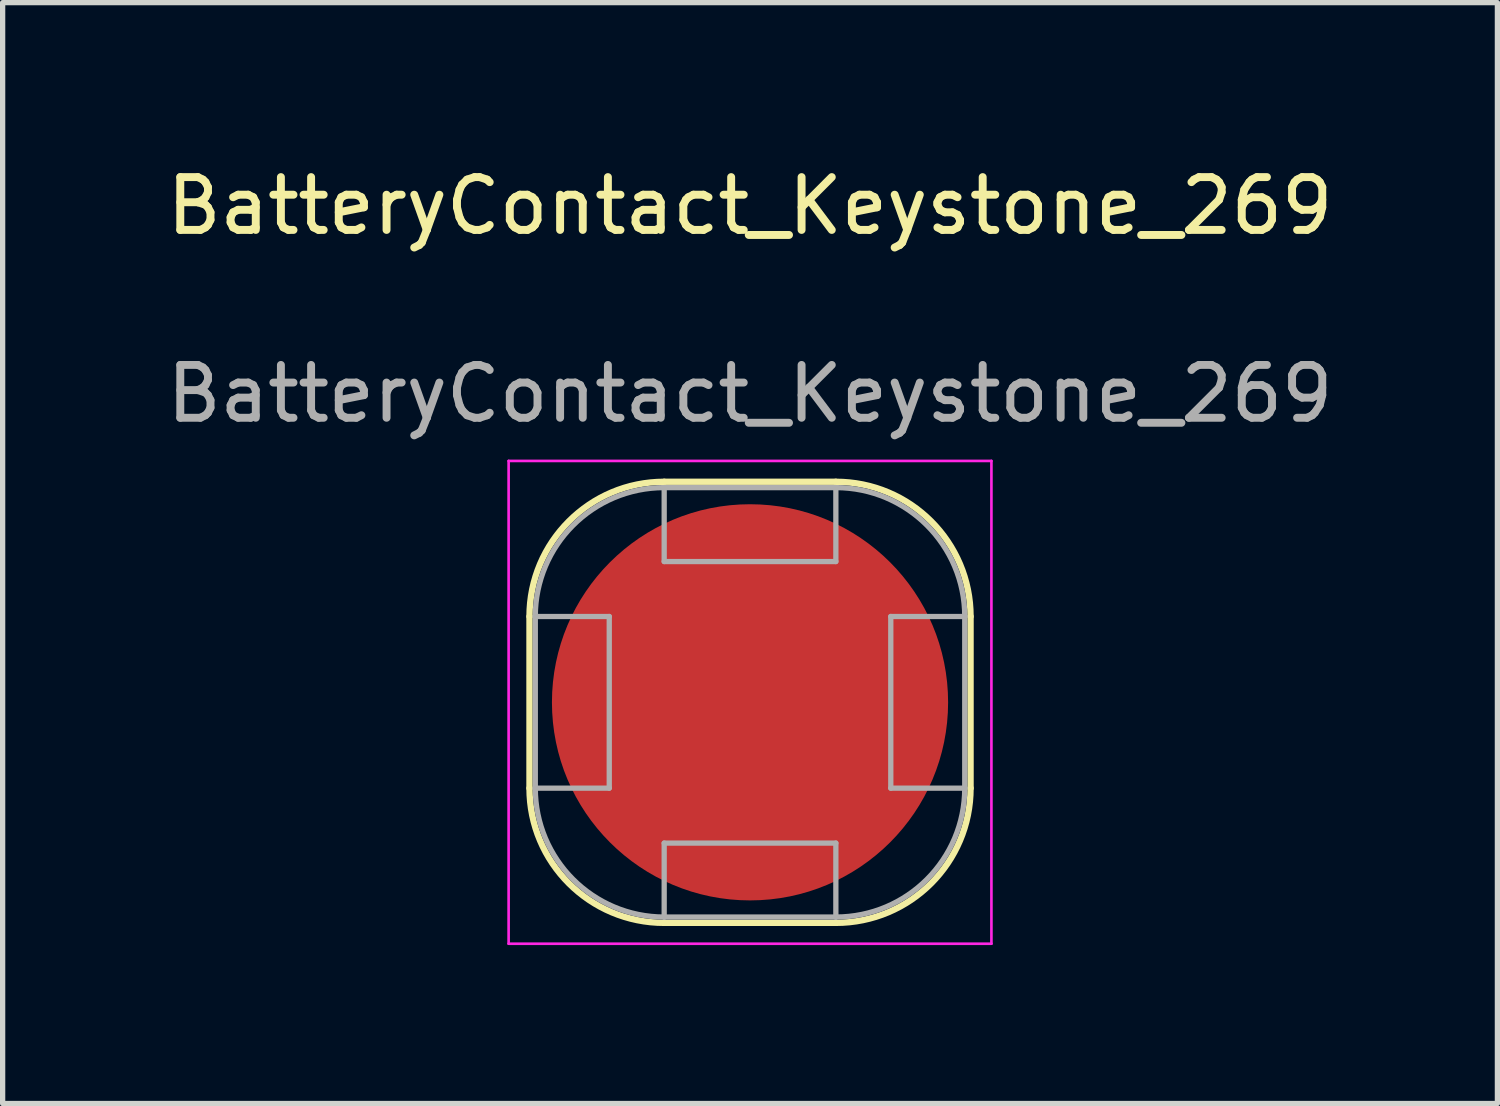
<source format=kicad_pcb>
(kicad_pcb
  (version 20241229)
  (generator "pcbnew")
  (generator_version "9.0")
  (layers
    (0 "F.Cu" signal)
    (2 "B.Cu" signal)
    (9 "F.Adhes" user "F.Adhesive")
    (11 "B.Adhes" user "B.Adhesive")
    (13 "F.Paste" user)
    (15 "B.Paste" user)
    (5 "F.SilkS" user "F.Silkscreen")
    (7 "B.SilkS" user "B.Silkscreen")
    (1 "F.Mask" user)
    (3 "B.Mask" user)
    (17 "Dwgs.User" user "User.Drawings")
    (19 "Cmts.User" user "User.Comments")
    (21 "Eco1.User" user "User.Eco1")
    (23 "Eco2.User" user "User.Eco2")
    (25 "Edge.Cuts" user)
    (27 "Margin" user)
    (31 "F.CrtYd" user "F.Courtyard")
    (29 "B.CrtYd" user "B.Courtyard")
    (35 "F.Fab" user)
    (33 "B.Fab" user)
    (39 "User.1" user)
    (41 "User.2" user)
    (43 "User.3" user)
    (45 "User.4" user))
  (footprint "BatteryContact_Keystone_269"
    (layer "F.Cu")
    (at 11.149 10.246)
    (property "Reference" "BatteryContact_Keystone_269" (at 0 -9.398 0) (layer "F.SilkS") (effects (font (size 1 1) (thickness 0.15))))
    (attr smd)
    (fp_line (start -4.175 -1.625) (end -4.175 1.625) (stroke (width 0.12) (type solid)) (layer "F.SilkS"))
    (fp_line (start -1.625 -4.175) (end 1.625 -4.175) (stroke (width 0.12) (type solid)) (layer "F.SilkS"))
    (fp_line (start -1.625 4.175) (end 1.625 4.175) (stroke (width 0.12) (type solid)) (layer "F.SilkS"))
    (fp_line (start 4.175 -1.625) (end 4.175 1.625) (stroke (width 0.12) (type solid)) (layer "F.SilkS"))
    (fp_arc (start -4.175 -1.625) (mid -3.428122 -3.428122) (end -1.625 -4.175) (stroke (width 0.12) (type solid)) (layer "F.SilkS"))
    (fp_arc (start -1.625 4.175) (mid -3.428122 3.428122) (end -4.175 1.625) (stroke (width 0.12) (type solid)) (layer "F.SilkS"))
    (fp_arc (start 1.625 -4.175) (mid 3.428122 -3.428122) (end 4.175 -1.625) (stroke (width 0.12) (type solid)) (layer "F.SilkS"))
    (fp_arc (start 4.175 1.625) (mid 3.428122 3.428122) (end 1.625 4.175) (stroke (width 0.12) (type solid)) (layer "F.SilkS"))
    (fp_line (start -4.57 -4.57) (end 4.57 -4.57) (stroke (width 0.05) (type solid)) (layer "F.CrtYd"))
    (fp_line (start -4.57 4.57) (end -4.57 -4.57) (stroke (width 0.05) (type solid)) (layer "F.CrtYd"))
    (fp_line (start 4.57 -4.57) (end 4.57 4.57) (stroke (width 0.05) (type solid)) (layer "F.CrtYd"))
    (fp_line (start 4.57 4.57) (end -4.57 4.57) (stroke (width 0.05) (type solid)) (layer "F.CrtYd"))
    (fp_line (start -4.065 -1.625) (end -4.065 1.625) (stroke (width 0.1) (type solid)) (layer "F.Fab"))
    (fp_line (start -2.665 -1.625) (end -4.065 -1.625) (stroke (width 0.1) (type solid)) (layer "F.Fab"))
    (fp_line (start -2.665 -1.625) (end -2.665 1.625) (stroke (width 0.1) (type solid)) (layer "F.Fab"))
    (fp_line (start -2.665 1.625) (end -4.065 1.625) (stroke (width 0.1) (type solid)) (layer "F.Fab"))
    (fp_line (start -1.625 -4.065) (end 1.625 -4.065) (stroke (width 0.1) (type solid)) (layer "F.Fab"))
    (fp_line (start -1.625 -2.665) (end -1.625 -4.065) (stroke (width 0.1) (type solid)) (layer "F.Fab"))
    (fp_line (start -1.625 -2.665) (end 1.625 -2.665) (stroke (width 0.1) (type solid)) (layer "F.Fab"))
    (fp_line (start -1.625 2.665) (end -1.625 4.065) (stroke (width 0.1) (type solid)) (layer "F.Fab"))
    (fp_line (start -1.625 2.665) (end 1.625 2.665) (stroke (width 0.1) (type solid)) (layer "F.Fab"))
    (fp_line (start -1.625 4.065) (end 1.625 4.065) (stroke (width 0.1) (type solid)) (layer "F.Fab"))
    (fp_line (start 1.625 -2.665) (end 1.625 -4.065) (stroke (width 0.1) (type solid)) (layer "F.Fab"))
    (fp_line (start 1.625 2.665) (end 1.625 4.065) (stroke (width 0.1) (type solid)) (layer "F.Fab"))
    (fp_line (start 2.665 -1.625) (end 2.665 1.625) (stroke (width 0.1) (type solid)) (layer "F.Fab"))
    (fp_line (start 2.665 -1.625) (end 4.065 -1.625) (stroke (width 0.1) (type solid)) (layer "F.Fab"))
    (fp_line (start 2.665 1.625) (end 4.065 1.625) (stroke (width 0.1) (type solid)) (layer "F.Fab"))
    (fp_line (start 4.065 -1.625) (end 4.065 1.625) (stroke (width 0.1) (type solid)) (layer "F.Fab"))
    (fp_arc (start -4.065 -1.625) (mid -3.350341 -3.350341) (end -1.625 -4.065) (stroke (width 0.1) (type solid)) (layer "F.Fab"))
    (fp_arc (start -1.625 4.065) (mid -3.350341 3.350341) (end -4.065 1.625) (stroke (width 0.1) (type solid)) (layer "F.Fab"))
    (fp_arc (start 1.625 -4.065) (mid 3.350341 -3.350341) (end 4.065 -1.625) (stroke (width 0.1) (type solid)) (layer "F.Fab"))
    (fp_arc (start 4.065 1.625) (mid 3.350341 3.350341) (end 1.625 4.065) (stroke (width 0.1) (type solid)) (layer "F.Fab"))
    (fp_text user "${REFERENCE}" (at 0 -5.842 0) (layer "F.Fab") (effects (font (size 1 1) (thickness 0.15))))
    (pad "1" smd circle (at 0 0) (size 7.5 7.5) (layers "F.Cu" "F.Mask" "F.Paste")))
  (gr_rect
    (start -3 -3)
    (end 25.298 17.841)
    (stroke (width 0.1) (type default))
    (fill no)
    (layer "Edge.Cuts")))
</source>
